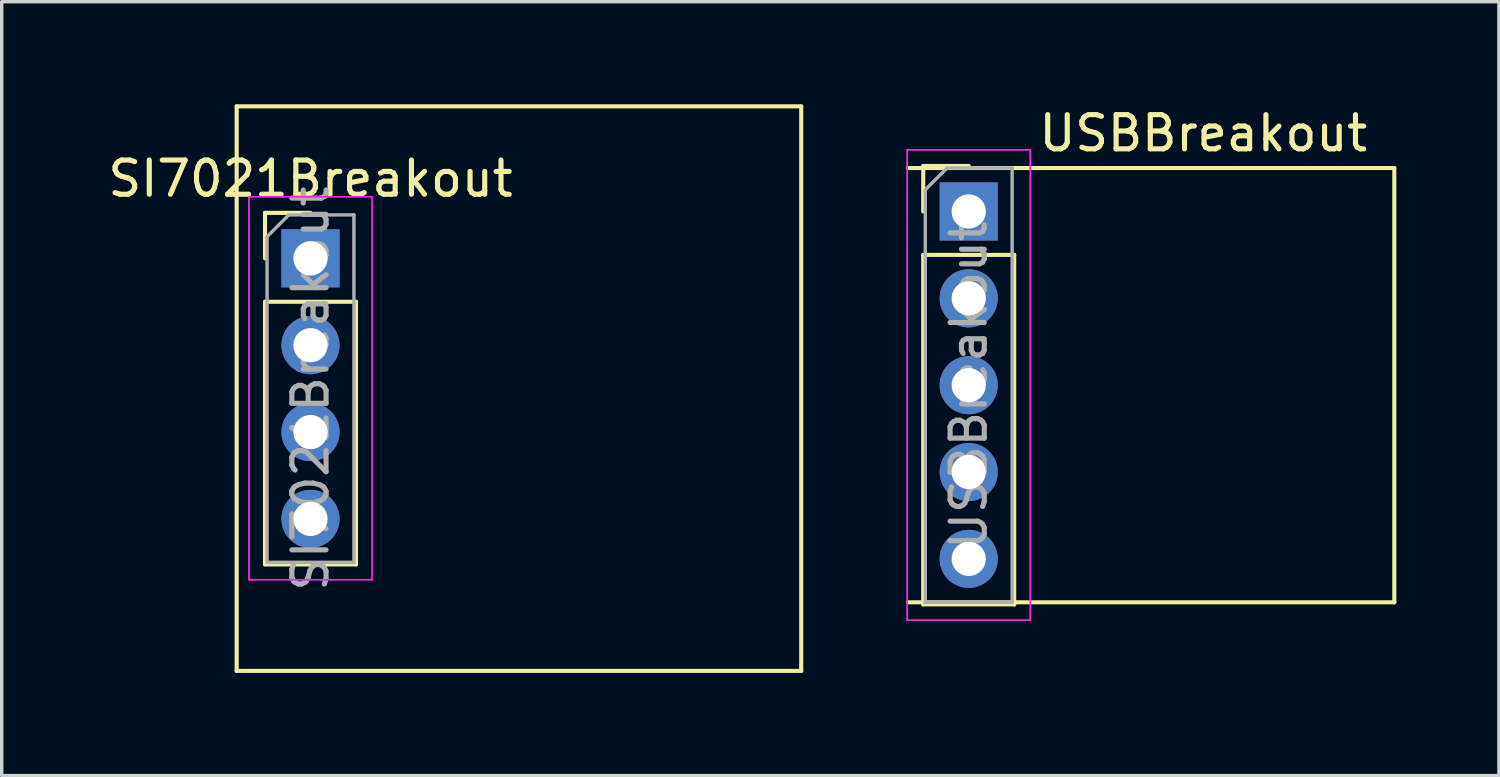
<source format=kicad_pcb>
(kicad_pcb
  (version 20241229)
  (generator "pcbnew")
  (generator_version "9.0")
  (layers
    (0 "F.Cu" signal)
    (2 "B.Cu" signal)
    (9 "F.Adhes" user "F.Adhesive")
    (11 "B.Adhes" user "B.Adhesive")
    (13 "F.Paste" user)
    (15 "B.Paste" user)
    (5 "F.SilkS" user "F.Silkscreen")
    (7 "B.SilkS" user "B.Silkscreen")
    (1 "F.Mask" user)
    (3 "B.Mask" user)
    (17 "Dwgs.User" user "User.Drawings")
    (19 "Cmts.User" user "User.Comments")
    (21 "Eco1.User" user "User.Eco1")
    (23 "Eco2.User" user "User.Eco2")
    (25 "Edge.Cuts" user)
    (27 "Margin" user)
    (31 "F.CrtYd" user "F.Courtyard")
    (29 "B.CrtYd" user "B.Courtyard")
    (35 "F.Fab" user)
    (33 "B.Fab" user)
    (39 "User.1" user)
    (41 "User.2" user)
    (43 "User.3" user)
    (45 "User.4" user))
  (footprint "SI7021Breakout"
    (layer "F.Cu")
    (at 12.126 8.315)
    (property "Reference" "SI7021Breakout" (at -6.096 -6.14 0) (layer "F.SilkS") (effects (font (size 1 1) (thickness 0.15))))
    (attr through_hole)
    (fp_line (start -8.255 -8.255) (end -8.255 8.255) (stroke (width 0.12) (type solid)) (layer "F.SilkS"))
    (fp_line (start -8.255 -8.255) (end 8.255 -8.255) (stroke (width 0.12) (type solid)) (layer "F.SilkS"))
    (fp_line (start -8.255 8.255) (end 8.255 8.255) (stroke (width 0.12) (type solid)) (layer "F.SilkS"))
    (fp_line (start -7.426 -5.14) (end -6.096 -5.14) (stroke (width 0.12) (type solid)) (layer "F.SilkS"))
    (fp_line (start -7.426 -3.81) (end -7.426 -5.14) (stroke (width 0.12) (type solid)) (layer "F.SilkS"))
    (fp_line (start -7.426 -2.54) (end -7.426 5.14) (stroke (width 0.12) (type solid)) (layer "F.SilkS"))
    (fp_line (start -7.426 -2.54) (end -4.766 -2.54) (stroke (width 0.12) (type solid)) (layer "F.SilkS"))
    (fp_line (start -7.426 5.14) (end -4.766 5.14) (stroke (width 0.12) (type solid)) (layer "F.SilkS"))
    (fp_line (start -4.766 -2.54) (end -4.766 5.14) (stroke (width 0.12) (type solid)) (layer "F.SilkS"))
    (fp_line (start 8.255 -8.255) (end 8.255 8.255) (stroke (width 0.12) (type solid)) (layer "F.SilkS"))
    (fp_line (start -7.896 -5.61) (end -7.896 5.59) (stroke (width 0.05) (type solid)) (layer "F.CrtYd"))
    (fp_line (start -7.896 5.59) (end -4.296 5.59) (stroke (width 0.05) (type solid)) (layer "F.CrtYd"))
    (fp_line (start -4.296 -5.61) (end -7.896 -5.61) (stroke (width 0.05) (type solid)) (layer "F.CrtYd"))
    (fp_line (start -4.296 5.59) (end -4.296 -5.61) (stroke (width 0.05) (type solid)) (layer "F.CrtYd"))
    (fp_line (start -7.366 -4.445) (end -6.731 -5.08) (stroke (width 0.1) (type solid)) (layer "F.Fab"))
    (fp_line (start -7.366 5.08) (end -7.366 -4.445) (stroke (width 0.1) (type solid)) (layer "F.Fab"))
    (fp_line (start -6.731 -5.08) (end -4.826 -5.08) (stroke (width 0.1) (type solid)) (layer "F.Fab"))
    (fp_line (start -4.826 -5.08) (end -4.826 5.08) (stroke (width 0.1) (type solid)) (layer "F.Fab"))
    (fp_line (start -4.826 5.08) (end -7.366 5.08) (stroke (width 0.1) (type solid)) (layer "F.Fab"))
    (fp_text user "${REFERENCE}" (at -6.096 0 90) (layer "F.Fab") (effects (font (size 1 1) (thickness 0.15))))
    (pad "1" thru_hole oval (at -6.096 3.81) (size 1.7 1.7) (drill 1) (layers "*.Cu" "*.Mask"))
    (pad "2" thru_hole oval (at -6.096 1.27) (size 1.7 1.7) (drill 1) (layers "*.Cu" "*.Mask"))
    (pad "3" thru_hole oval (at -6.096 -1.27) (size 1.7 1.7) (drill 1) (layers "*.Cu" "*.Mask"))
    (pad "4" thru_hole rect (at -6.096 -3.81) (size 1.7 1.7) (drill 1) (layers "*.Cu" "*.Mask")))
  (footprint "USBBreakout"
    (layer "F.Cu")
    (at 30.613 8.214)
    (property "Reference" "USBBreakout" (at 1.524 -7.366 0) (layer "F.SilkS") (effects (font (size 1 1) (thickness 0.15))))
    (attr through_hole)
    (fp_line (start -7.112 -6.35) (end 7.112 -6.35) (stroke (width 0.12) (type solid)) (layer "F.SilkS"))
    (fp_line (start -7.112 6.35) (end 7.112 6.35) (stroke (width 0.12) (type solid)) (layer "F.SilkS"))
    (fp_line (start -6.664 -6.41) (end -5.334 -6.41) (stroke (width 0.12) (type solid)) (layer "F.SilkS"))
    (fp_line (start -6.664 -5.08) (end -6.664 -6.41) (stroke (width 0.12) (type solid)) (layer "F.SilkS"))
    (fp_line (start -6.664 -3.81) (end -6.664 6.41) (stroke (width 0.12) (type solid)) (layer "F.SilkS"))
    (fp_line (start -6.664 -3.81) (end -4.004 -3.81) (stroke (width 0.12) (type solid)) (layer "F.SilkS"))
    (fp_line (start -6.664 6.41) (end -4.004 6.41) (stroke (width 0.12) (type solid)) (layer "F.SilkS"))
    (fp_line (start -4.004 -3.81) (end -4.004 6.41) (stroke (width 0.12) (type solid)) (layer "F.SilkS"))
    (fp_line (start 7.112 -6.35) (end 7.112 6.35) (stroke (width 0.12) (type solid)) (layer "F.SilkS"))
    (fp_line (start -7.134 -6.88) (end -7.134 6.87) (stroke (width 0.05) (type solid)) (layer "F.CrtYd"))
    (fp_line (start -7.134 6.87) (end -3.534 6.87) (stroke (width 0.05) (type solid)) (layer "F.CrtYd"))
    (fp_line (start -3.534 -6.88) (end -7.134 -6.88) (stroke (width 0.05) (type solid)) (layer "F.CrtYd"))
    (fp_line (start -3.534 6.87) (end -3.534 -6.88) (stroke (width 0.05) (type solid)) (layer "F.CrtYd"))
    (fp_line (start -6.604 -5.715) (end -5.969 -6.35) (stroke (width 0.1) (type solid)) (layer "F.Fab"))
    (fp_line (start -6.604 6.35) (end -6.604 -5.715) (stroke (width 0.1) (type solid)) (layer "F.Fab"))
    (fp_line (start -5.969 -6.35) (end -4.064 -6.35) (stroke (width 0.1) (type solid)) (layer "F.Fab"))
    (fp_line (start -4.064 -6.35) (end -4.064 6.35) (stroke (width 0.1) (type solid)) (layer "F.Fab"))
    (fp_line (start -4.064 6.35) (end -6.604 6.35) (stroke (width 0.1) (type solid)) (layer "F.Fab"))
    (fp_text user "${REFERENCE}" (at -5.334 0 90) (layer "F.Fab") (effects (font (size 1 1) (thickness 0.15))))
    (pad "1" thru_hole oval (at -5.334 5.08) (size 1.7 1.7) (drill 1) (layers "*.Cu" "*.Mask"))
    (pad "2" thru_hole oval (at -5.334 2.54) (size 1.7 1.7) (drill 1) (layers "*.Cu" "*.Mask"))
    (pad "3" thru_hole oval (at -5.334 0) (size 1.7 1.7) (drill 1) (layers "*.Cu" "*.Mask"))
    (pad "4" thru_hole oval (at -5.334 -2.54) (size 1.7 1.7) (drill 1) (layers "*.Cu" "*.Mask"))
    (pad "5" thru_hole rect (at -5.334 -5.08) (size 1.7 1.7) (drill 1) (layers "*.Cu" "*.Mask")))
  (gr_rect
    (start -3 -3)
    (end 40.785 19.63)
    (stroke (width 0.1) (type default))
    (fill no)
    (layer "Edge.Cuts")))
</source>
